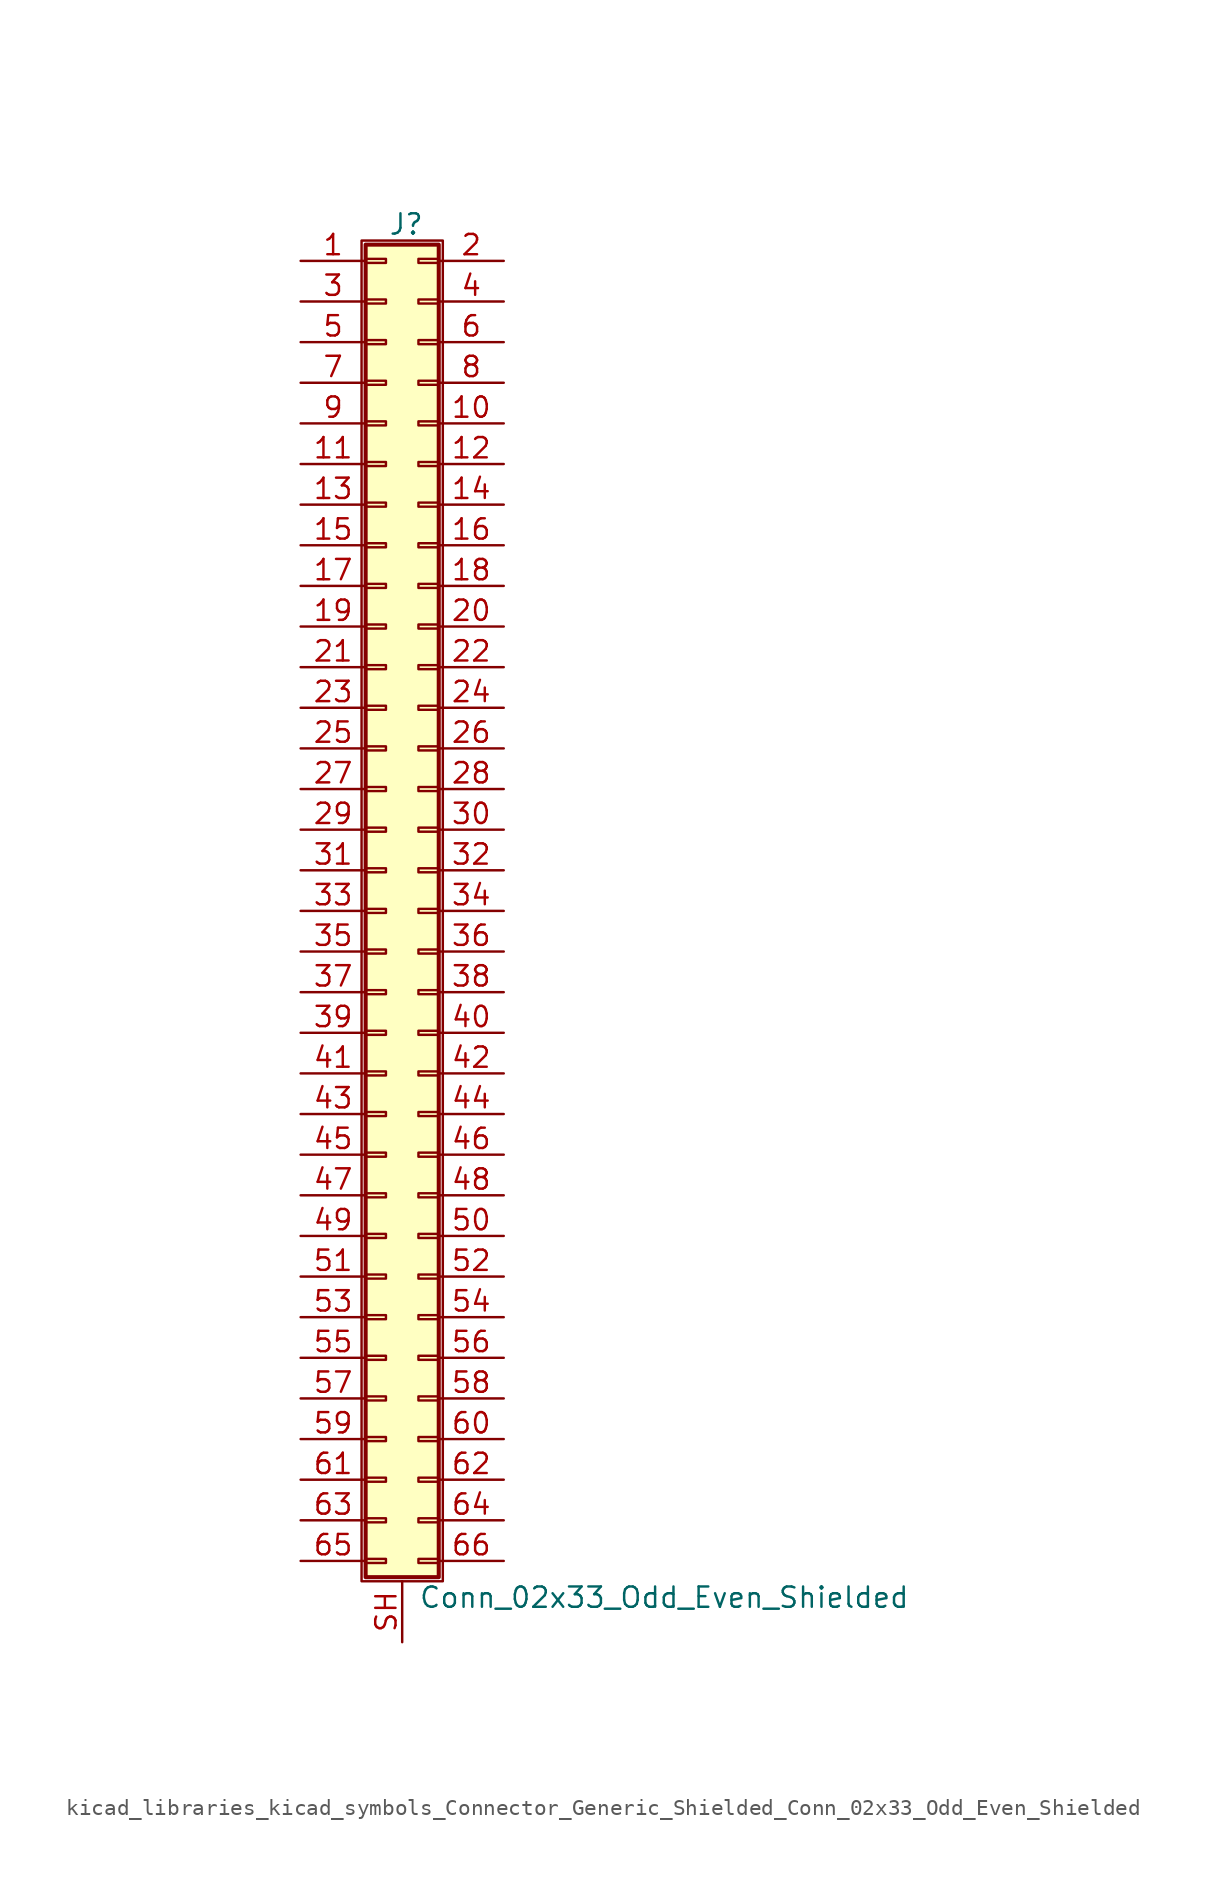
<source format=kicad_sym>
(kicad_symbol_lib
  (version 20220914)
  (generator kicad_symbol_editor)
  (symbol "kicad_libraries_kicad_symbols_Connector_Generic_Shielded_Conn_02x33_Odd_Even_Shielded"
    (pin_names
      (offset 1.016) hide)
    (property "Reference" "J"
      (at 1.524 42.926 0)
      (effects (font (size 1.27 1.27))))
    (property "Value" "Conn_02x33_Odd_Even_Shielded"
      (at 2.286 -42.926 0)
      (effects (font (size 1.27 1.27)) (justify left)))
    (symbol "kicad_libraries_kicad_symbols_Connector_Generic_Shielded_Conn_02x33_Odd_Even_Shielded_1_1"
      (rectangle (start -1.27 41.91) (end 3.81 -41.91) (stroke (width 0.152) (type default)) (fill (type none)))
      (rectangle (start -1.016 -40.513) (end 0.254 -40.767) (stroke (width 0.152) (type default)) (fill (type none)))
      (rectangle (start -1.016 -37.973) (end 0.254 -38.227) (stroke (width 0.152) (type default)) (fill (type none)))
      (rectangle (start -1.016 -35.433) (end 0.254 -35.687) (stroke (width 0.152) (type default)) (fill (type none)))
      (rectangle (start -1.016 -32.893) (end 0.254 -33.147) (stroke (width 0.152) (type default)) (fill (type none)))
      (rectangle (start -1.016 -30.353) (end 0.254 -30.607) (stroke (width 0.152) (type default)) (fill (type none)))
      (rectangle (start -1.016 -27.813) (end 0.254 -28.067) (stroke (width 0.152) (type default)) (fill (type none)))
      (rectangle (start -1.016 -25.273) (end 0.254 -25.527) (stroke (width 0.152) (type default)) (fill (type none)))
      (rectangle (start -1.016 -22.733) (end 0.254 -22.987) (stroke (width 0.152) (type default)) (fill (type none)))
      (rectangle (start -1.016 -20.193) (end 0.254 -20.447) (stroke (width 0.152) (type default)) (fill (type none)))
      (rectangle (start -1.016 -17.653) (end 0.254 -17.907) (stroke (width 0.152) (type default)) (fill (type none)))
      (rectangle (start -1.016 -15.113) (end 0.254 -15.367) (stroke (width 0.152) (type default)) (fill (type none)))
      (rectangle (start -1.016 -12.573) (end 0.254 -12.827) (stroke (width 0.152) (type default)) (fill (type none)))
      (rectangle (start -1.016 -10.033) (end 0.254 -10.287) (stroke (width 0.152) (type default)) (fill (type none)))
      (rectangle (start -1.016 -7.493) (end 0.254 -7.747) (stroke (width 0.152) (type default)) (fill (type none)))
      (rectangle (start -1.016 -4.953) (end 0.254 -5.207) (stroke (width 0.152) (type default)) (fill (type none)))
      (rectangle (start -1.016 -2.413) (end 0.254 -2.667) (stroke (width 0.152) (type default)) (fill (type none)))
      (rectangle (start -1.016 0.127) (end 0.254 -0.127) (stroke (width 0.152) (type default)) (fill (type none)))
      (rectangle (start -1.016 2.667) (end 0.254 2.413) (stroke (width 0.152) (type default)) (fill (type none)))
      (rectangle (start -1.016 5.207) (end 0.254 4.953) (stroke (width 0.152) (type default)) (fill (type none)))
      (rectangle (start -1.016 7.747) (end 0.254 7.493) (stroke (width 0.152) (type default)) (fill (type none)))
      (rectangle (start -1.016 10.287) (end 0.254 10.033) (stroke (width 0.152) (type default)) (fill (type none)))
      (rectangle (start -1.016 12.827) (end 0.254 12.573) (stroke (width 0.152) (type default)) (fill (type none)))
      (rectangle (start -1.016 15.367) (end 0.254 15.113) (stroke (width 0.152) (type default)) (fill (type none)))
      (rectangle (start -1.016 17.907) (end 0.254 17.653) (stroke (width 0.152) (type default)) (fill (type none)))
      (rectangle (start -1.016 20.447) (end 0.254 20.193) (stroke (width 0.152) (type default)) (fill (type none)))
      (rectangle (start -1.016 22.987) (end 0.254 22.733) (stroke (width 0.152) (type default)) (fill (type none)))
      (rectangle (start -1.016 25.527) (end 0.254 25.273) (stroke (width 0.152) (type default)) (fill (type none)))
      (rectangle (start -1.016 28.067) (end 0.254 27.813) (stroke (width 0.152) (type default)) (fill (type none)))
      (rectangle (start -1.016 30.607) (end 0.254 30.353) (stroke (width 0.152) (type default)) (fill (type none)))
      (rectangle (start -1.016 33.147) (end 0.254 32.893) (stroke (width 0.152) (type default)) (fill (type none)))
      (rectangle (start -1.016 35.687) (end 0.254 35.433) (stroke (width 0.152) (type default)) (fill (type none)))
      (rectangle (start -1.016 38.227) (end 0.254 37.973) (stroke (width 0.152) (type default)) (fill (type none)))
      (rectangle (start -1.016 40.767) (end 0.254 40.513) (stroke (width 0.152) (type default)) (fill (type none)))
      (rectangle (start -1.016 41.656) (end 3.556 -41.656) (stroke (width 0.254) (type default)) (fill (type background)))
      (rectangle (start 3.556 -40.513) (end 2.286 -40.767) (stroke (width 0.152) (type default)) (fill (type none)))
      (rectangle (start 3.556 -37.973) (end 2.286 -38.227) (stroke (width 0.152) (type default)) (fill (type none)))
      (rectangle (start 3.556 -35.433) (end 2.286 -35.687) (stroke (width 0.152) (type default)) (fill (type none)))
      (rectangle (start 3.556 -32.893) (end 2.286 -33.147) (stroke (width 0.152) (type default)) (fill (type none)))
      (rectangle (start 3.556 -30.353) (end 2.286 -30.607) (stroke (width 0.152) (type default)) (fill (type none)))
      (rectangle (start 3.556 -27.813) (end 2.286 -28.067) (stroke (width 0.152) (type default)) (fill (type none)))
      (rectangle (start 3.556 -25.273) (end 2.286 -25.527) (stroke (width 0.152) (type default)) (fill (type none)))
      (rectangle (start 3.556 -22.733) (end 2.286 -22.987) (stroke (width 0.152) (type default)) (fill (type none)))
      (rectangle (start 3.556 -20.193) (end 2.286 -20.447) (stroke (width 0.152) (type default)) (fill (type none)))
      (rectangle (start 3.556 -17.653) (end 2.286 -17.907) (stroke (width 0.152) (type default)) (fill (type none)))
      (rectangle (start 3.556 -15.113) (end 2.286 -15.367) (stroke (width 0.152) (type default)) (fill (type none)))
      (rectangle (start 3.556 -12.573) (end 2.286 -12.827) (stroke (width 0.152) (type default)) (fill (type none)))
      (rectangle (start 3.556 -10.033) (end 2.286 -10.287) (stroke (width 0.152) (type default)) (fill (type none)))
      (rectangle (start 3.556 -7.493) (end 2.286 -7.747) (stroke (width 0.152) (type default)) (fill (type none)))
      (rectangle (start 3.556 -4.953) (end 2.286 -5.207) (stroke (width 0.152) (type default)) (fill (type none)))
      (rectangle (start 3.556 -2.413) (end 2.286 -2.667) (stroke (width 0.152) (type default)) (fill (type none)))
      (rectangle (start 3.556 0.127) (end 2.286 -0.127) (stroke (width 0.152) (type default)) (fill (type none)))
      (rectangle (start 3.556 2.667) (end 2.286 2.413) (stroke (width 0.152) (type default)) (fill (type none)))
      (rectangle (start 3.556 5.207) (end 2.286 4.953) (stroke (width 0.152) (type default)) (fill (type none)))
      (rectangle (start 3.556 7.747) (end 2.286 7.493) (stroke (width 0.152) (type default)) (fill (type none)))
      (rectangle (start 3.556 10.287) (end 2.286 10.033) (stroke (width 0.152) (type default)) (fill (type none)))
      (rectangle (start 3.556 12.827) (end 2.286 12.573) (stroke (width 0.152) (type default)) (fill (type none)))
      (rectangle (start 3.556 15.367) (end 2.286 15.113) (stroke (width 0.152) (type default)) (fill (type none)))
      (rectangle (start 3.556 17.907) (end 2.286 17.653) (stroke (width 0.152) (type default)) (fill (type none)))
      (rectangle (start 3.556 20.447) (end 2.286 20.193) (stroke (width 0.152) (type default)) (fill (type none)))
      (rectangle (start 3.556 22.987) (end 2.286 22.733) (stroke (width 0.152) (type default)) (fill (type none)))
      (rectangle (start 3.556 25.527) (end 2.286 25.273) (stroke (width 0.152) (type default)) (fill (type none)))
      (rectangle (start 3.556 28.067) (end 2.286 27.813) (stroke (width 0.152) (type default)) (fill (type none)))
      (rectangle (start 3.556 30.607) (end 2.286 30.353) (stroke (width 0.152) (type default)) (fill (type none)))
      (rectangle (start 3.556 33.147) (end 2.286 32.893) (stroke (width 0.152) (type default)) (fill (type none)))
      (rectangle (start 3.556 35.687) (end 2.286 35.433) (stroke (width 0.152) (type default)) (fill (type none)))
      (rectangle (start 3.556 38.227) (end 2.286 37.973) (stroke (width 0.152) (type default)) (fill (type none)))
      (rectangle (start 3.556 40.767) (end 2.286 40.513) (stroke (width 0.152) (type default)) (fill (type none)))
      (pin passive line (at -5.08 40.64 0) (length 4.064) (name "Pin_1" (effects (font (size 1.27 1.27)))) (number "1" (effects (font (size 1.27 1.27)))))
      (pin passive line (at 7.62 30.48 180) (length 4.064) (name "Pin_10" (effects (font (size 1.27 1.27)))) (number "10" (effects (font (size 1.27 1.27)))))
      (pin passive line (at -5.08 27.94 0) (length 4.064) (name "Pin_11" (effects (font (size 1.27 1.27)))) (number "11" (effects (font (size 1.27 1.27)))))
      (pin passive line (at 7.62 27.94 180) (length 4.064) (name "Pin_12" (effects (font (size 1.27 1.27)))) (number "12" (effects (font (size 1.27 1.27)))))
      (pin passive line (at -5.08 25.4 0) (length 4.064) (name "Pin_13" (effects (font (size 1.27 1.27)))) (number "13" (effects (font (size 1.27 1.27)))))
      (pin passive line (at 7.62 25.4 180) (length 4.064) (name "Pin_14" (effects (font (size 1.27 1.27)))) (number "14" (effects (font (size 1.27 1.27)))))
      (pin passive line (at -5.08 22.86 0) (length 4.064) (name "Pin_15" (effects (font (size 1.27 1.27)))) (number "15" (effects (font (size 1.27 1.27)))))
      (pin passive line (at 7.62 22.86 180) (length 4.064) (name "Pin_16" (effects (font (size 1.27 1.27)))) (number "16" (effects (font (size 1.27 1.27)))))
      (pin passive line (at -5.08 20.32 0) (length 4.064) (name "Pin_17" (effects (font (size 1.27 1.27)))) (number "17" (effects (font (size 1.27 1.27)))))
      (pin passive line (at 7.62 20.32 180) (length 4.064) (name "Pin_18" (effects (font (size 1.27 1.27)))) (number "18" (effects (font (size 1.27 1.27)))))
      (pin passive line (at -5.08 17.78 0) (length 4.064) (name "Pin_19" (effects (font (size 1.27 1.27)))) (number "19" (effects (font (size 1.27 1.27)))))
      (pin passive line (at 7.62 40.64 180) (length 4.064) (name "Pin_2" (effects (font (size 1.27 1.27)))) (number "2" (effects (font (size 1.27 1.27)))))
      (pin passive line (at 7.62 17.78 180) (length 4.064) (name "Pin_20" (effects (font (size 1.27 1.27)))) (number "20" (effects (font (size 1.27 1.27)))))
      (pin passive line (at -5.08 15.24 0) (length 4.064) (name "Pin_21" (effects (font (size 1.27 1.27)))) (number "21" (effects (font (size 1.27 1.27)))))
      (pin passive line (at 7.62 15.24 180) (length 4.064) (name "Pin_22" (effects (font (size 1.27 1.27)))) (number "22" (effects (font (size 1.27 1.27)))))
      (pin passive line (at -5.08 12.7 0) (length 4.064) (name "Pin_23" (effects (font (size 1.27 1.27)))) (number "23" (effects (font (size 1.27 1.27)))))
      (pin passive line (at 7.62 12.7 180) (length 4.064) (name "Pin_24" (effects (font (size 1.27 1.27)))) (number "24" (effects (font (size 1.27 1.27)))))
      (pin passive line (at -5.08 10.16 0) (length 4.064) (name "Pin_25" (effects (font (size 1.27 1.27)))) (number "25" (effects (font (size 1.27 1.27)))))
      (pin passive line (at 7.62 10.16 180) (length 4.064) (name "Pin_26" (effects (font (size 1.27 1.27)))) (number "26" (effects (font (size 1.27 1.27)))))
      (pin passive line (at -5.08 7.62 0) (length 4.064) (name "Pin_27" (effects (font (size 1.27 1.27)))) (number "27" (effects (font (size 1.27 1.27)))))
      (pin passive line (at 7.62 7.62 180) (length 4.064) (name "Pin_28" (effects (font (size 1.27 1.27)))) (number "28" (effects (font (size 1.27 1.27)))))
      (pin passive line (at -5.08 5.08 0) (length 4.064) (name "Pin_29" (effects (font (size 1.27 1.27)))) (number "29" (effects (font (size 1.27 1.27)))))
      (pin passive line (at -5.08 38.1 0) (length 4.064) (name "Pin_3" (effects (font (size 1.27 1.27)))) (number "3" (effects (font (size 1.27 1.27)))))
      (pin passive line (at 7.62 5.08 180) (length 4.064) (name "Pin_30" (effects (font (size 1.27 1.27)))) (number "30" (effects (font (size 1.27 1.27)))))
      (pin passive line (at -5.08 2.54 0) (length 4.064) (name "Pin_31" (effects (font (size 1.27 1.27)))) (number "31" (effects (font (size 1.27 1.27)))))
      (pin passive line (at 7.62 2.54 180) (length 4.064) (name "Pin_32" (effects (font (size 1.27 1.27)))) (number "32" (effects (font (size 1.27 1.27)))))
      (pin passive line (at -5.08 0 0) (length 4.064) (name "Pin_33" (effects (font (size 1.27 1.27)))) (number "33" (effects (font (size 1.27 1.27)))))
      (pin passive line (at 7.62 0 180) (length 4.064) (name "Pin_34" (effects (font (size 1.27 1.27)))) (number "34" (effects (font (size 1.27 1.27)))))
      (pin passive line (at -5.08 -2.54 0) (length 4.064) (name "Pin_35" (effects (font (size 1.27 1.27)))) (number "35" (effects (font (size 1.27 1.27)))))
      (pin passive line (at 7.62 -2.54 180) (length 4.064) (name "Pin_36" (effects (font (size 1.27 1.27)))) (number "36" (effects (font (size 1.27 1.27)))))
      (pin passive line (at -5.08 -5.08 0) (length 4.064) (name "Pin_37" (effects (font (size 1.27 1.27)))) (number "37" (effects (font (size 1.27 1.27)))))
      (pin passive line (at 7.62 -5.08 180) (length 4.064) (name "Pin_38" (effects (font (size 1.27 1.27)))) (number "38" (effects (font (size 1.27 1.27)))))
      (pin passive line (at -5.08 -7.62 0) (length 4.064) (name "Pin_39" (effects (font (size 1.27 1.27)))) (number "39" (effects (font (size 1.27 1.27)))))
      (pin passive line (at 7.62 38.1 180) (length 4.064) (name "Pin_4" (effects (font (size 1.27 1.27)))) (number "4" (effects (font (size 1.27 1.27)))))
      (pin passive line (at 7.62 -7.62 180) (length 4.064) (name "Pin_40" (effects (font (size 1.27 1.27)))) (number "40" (effects (font (size 1.27 1.27)))))
      (pin passive line (at -5.08 -10.16 0) (length 4.064) (name "Pin_41" (effects (font (size 1.27 1.27)))) (number "41" (effects (font (size 1.27 1.27)))))
      (pin passive line (at 7.62 -10.16 180) (length 4.064) (name "Pin_42" (effects (font (size 1.27 1.27)))) (number "42" (effects (font (size 1.27 1.27)))))
      (pin passive line (at -5.08 -12.7 0) (length 4.064) (name "Pin_43" (effects (font (size 1.27 1.27)))) (number "43" (effects (font (size 1.27 1.27)))))
      (pin passive line (at 7.62 -12.7 180) (length 4.064) (name "Pin_44" (effects (font (size 1.27 1.27)))) (number "44" (effects (font (size 1.27 1.27)))))
      (pin passive line (at -5.08 -15.24 0) (length 4.064) (name "Pin_45" (effects (font (size 1.27 1.27)))) (number "45" (effects (font (size 1.27 1.27)))))
      (pin passive line (at 7.62 -15.24 180) (length 4.064) (name "Pin_46" (effects (font (size 1.27 1.27)))) (number "46" (effects (font (size 1.27 1.27)))))
      (pin passive line (at -5.08 -17.78 0) (length 4.064) (name "Pin_47" (effects (font (size 1.27 1.27)))) (number "47" (effects (font (size 1.27 1.27)))))
      (pin passive line (at 7.62 -17.78 180) (length 4.064) (name "Pin_48" (effects (font (size 1.27 1.27)))) (number "48" (effects (font (size 1.27 1.27)))))
      (pin passive line (at -5.08 -20.32 0) (length 4.064) (name "Pin_49" (effects (font (size 1.27 1.27)))) (number "49" (effects (font (size 1.27 1.27)))))
      (pin passive line (at -5.08 35.56 0) (length 4.064) (name "Pin_5" (effects (font (size 1.27 1.27)))) (number "5" (effects (font (size 1.27 1.27)))))
      (pin passive line (at 7.62 -20.32 180) (length 4.064) (name "Pin_50" (effects (font (size 1.27 1.27)))) (number "50" (effects (font (size 1.27 1.27)))))
      (pin passive line (at -5.08 -22.86 0) (length 4.064) (name "Pin_51" (effects (font (size 1.27 1.27)))) (number "51" (effects (font (size 1.27 1.27)))))
      (pin passive line (at 7.62 -22.86 180) (length 4.064) (name "Pin_52" (effects (font (size 1.27 1.27)))) (number "52" (effects (font (size 1.27 1.27)))))
      (pin passive line (at -5.08 -25.4 0) (length 4.064) (name "Pin_53" (effects (font (size 1.27 1.27)))) (number "53" (effects (font (size 1.27 1.27)))))
      (pin passive line (at 7.62 -25.4 180) (length 4.064) (name "Pin_54" (effects (font (size 1.27 1.27)))) (number "54" (effects (font (size 1.27 1.27)))))
      (pin passive line (at -5.08 -27.94 0) (length 4.064) (name "Pin_55" (effects (font (size 1.27 1.27)))) (number "55" (effects (font (size 1.27 1.27)))))
      (pin passive line (at 7.62 -27.94 180) (length 4.064) (name "Pin_56" (effects (font (size 1.27 1.27)))) (number "56" (effects (font (size 1.27 1.27)))))
      (pin passive line (at -5.08 -30.48 0) (length 4.064) (name "Pin_57" (effects (font (size 1.27 1.27)))) (number "57" (effects (font (size 1.27 1.27)))))
      (pin passive line (at 7.62 -30.48 180) (length 4.064) (name "Pin_58" (effects (font (size 1.27 1.27)))) (number "58" (effects (font (size 1.27 1.27)))))
      (pin passive line (at -5.08 -33.02 0) (length 4.064) (name "Pin_59" (effects (font (size 1.27 1.27)))) (number "59" (effects (font (size 1.27 1.27)))))
      (pin passive line (at 7.62 35.56 180) (length 4.064) (name "Pin_6" (effects (font (size 1.27 1.27)))) (number "6" (effects (font (size 1.27 1.27)))))
      (pin passive line (at 7.62 -33.02 180) (length 4.064) (name "Pin_60" (effects (font (size 1.27 1.27)))) (number "60" (effects (font (size 1.27 1.27)))))
      (pin passive line (at -5.08 -35.56 0) (length 4.064) (name "Pin_61" (effects (font (size 1.27 1.27)))) (number "61" (effects (font (size 1.27 1.27)))))
      (pin passive line (at 7.62 -35.56 180) (length 4.064) (name "Pin_62" (effects (font (size 1.27 1.27)))) (number "62" (effects (font (size 1.27 1.27)))))
      (pin passive line (at -5.08 -38.1 0) (length 4.064) (name "Pin_63" (effects (font (size 1.27 1.27)))) (number "63" (effects (font (size 1.27 1.27)))))
      (pin passive line (at 7.62 -38.1 180) (length 4.064) (name "Pin_64" (effects (font (size 1.27 1.27)))) (number "64" (effects (font (size 1.27 1.27)))))
      (pin passive line (at -5.08 -40.64 0) (length 4.064) (name "Pin_65" (effects (font (size 1.27 1.27)))) (number "65" (effects (font (size 1.27 1.27)))))
      (pin passive line (at 7.62 -40.64 180) (length 4.064) (name "Pin_66" (effects (font (size 1.27 1.27)))) (number "66" (effects (font (size 1.27 1.27)))))
      (pin passive line (at -5.08 33.02 0) (length 4.064) (name "Pin_7" (effects (font (size 1.27 1.27)))) (number "7" (effects (font (size 1.27 1.27)))))
      (pin passive line (at 7.62 33.02 180) (length 4.064) (name "Pin_8" (effects (font (size 1.27 1.27)))) (number "8" (effects (font (size 1.27 1.27)))))
      (pin passive line (at -5.08 30.48 0) (length 4.064) (name "Pin_9" (effects (font (size 1.27 1.27)))) (number "9" (effects (font (size 1.27 1.27)))))
      (pin passive line (at 1.27 -45.72 90) (length 3.81) (name "Shield" (effects (font (size 1.27 1.27)))) (number "SH" (effects (font (size 1.27 1.27))))))))
</source>
